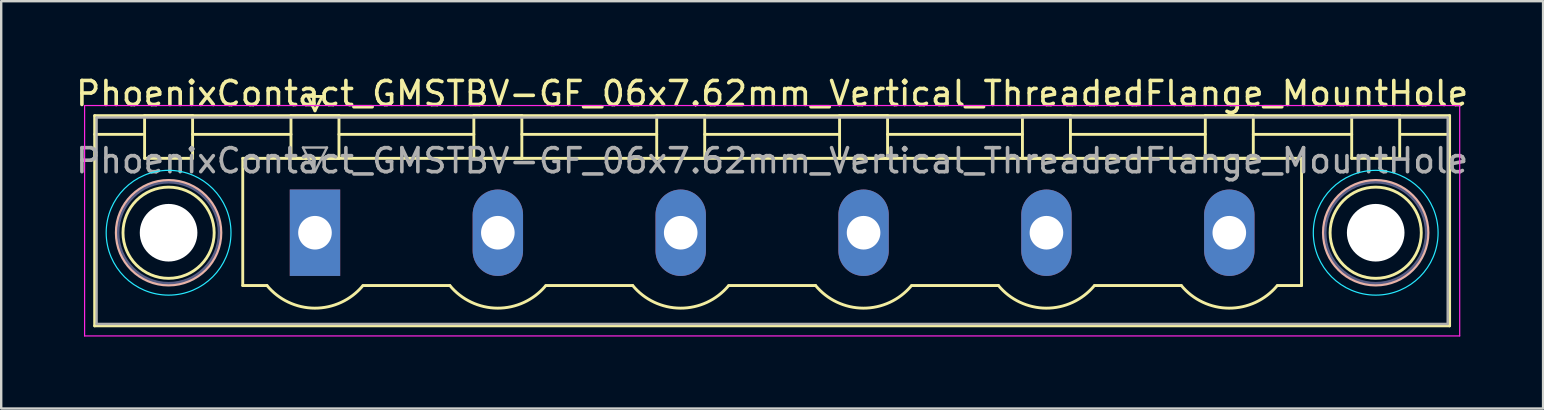
<source format=kicad_pcb>
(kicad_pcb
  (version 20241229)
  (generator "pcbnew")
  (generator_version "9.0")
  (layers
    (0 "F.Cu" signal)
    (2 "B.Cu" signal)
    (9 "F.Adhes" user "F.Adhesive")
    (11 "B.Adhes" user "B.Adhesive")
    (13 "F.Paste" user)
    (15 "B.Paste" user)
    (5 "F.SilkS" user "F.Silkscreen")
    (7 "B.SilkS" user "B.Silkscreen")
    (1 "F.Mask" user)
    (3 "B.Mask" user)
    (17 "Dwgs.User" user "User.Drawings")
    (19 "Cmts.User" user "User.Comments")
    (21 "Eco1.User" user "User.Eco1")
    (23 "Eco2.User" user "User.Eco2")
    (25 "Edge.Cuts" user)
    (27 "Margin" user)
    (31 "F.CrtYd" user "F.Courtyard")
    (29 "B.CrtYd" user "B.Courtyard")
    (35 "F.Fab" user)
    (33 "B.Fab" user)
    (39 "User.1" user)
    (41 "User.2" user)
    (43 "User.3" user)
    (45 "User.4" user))
  (footprint "PhoenixContact_GMSTBV-GF_06x7.62mm_Vertical_ThreadedFlange_MountHole"
    (layer "F.Cu")
    (at 10.075 6.648)
    (property "Reference" "PhoenixContact_GMSTBV-GF_06x7.62mm_Vertical_ThreadedFlange_MountHole" (at 19.05 -5.8 0) (layer "F.SilkS") (effects (font (size 1 1) (thickness 0.15))))
    (attr through_hole)
    (fp_line (start -9.18 -4.88) (end -9.18 3.88) (stroke (width 0.12) (type solid)) (layer "F.SilkS"))
    (fp_line (start -9.18 -4.1) (end -7.18 -4.1) (stroke (width 0.12) (type solid)) (layer "F.SilkS"))
    (fp_line (start -9.18 3.88) (end 47.28 3.88) (stroke (width 0.12) (type solid)) (layer "F.SilkS"))
    (fp_line (start -7.1 -4.88) (end -5.1 -4.88) (stroke (width 0.12) (type solid)) (layer "F.SilkS"))
    (fp_line (start -7.1 -3.1) (end -7.1 -4.88) (stroke (width 0.12) (type solid)) (layer "F.SilkS"))
    (fp_line (start -5.1 -4.88) (end -5.1 -3.1) (stroke (width 0.12) (type solid)) (layer "F.SilkS"))
    (fp_line (start -5.1 -4.1) (end -1 -4.1) (stroke (width 0.12) (type solid)) (layer "F.SilkS"))
    (fp_line (start -5.1 -3.1) (end -7.1 -3.1) (stroke (width 0.12) (type solid)) (layer "F.SilkS"))
    (fp_line (start -3.01 -3.1) (end 41.11 -3.1) (stroke (width 0.12) (type solid)) (layer "F.SilkS"))
    (fp_line (start -3.01 2.2) (end -3.01 -3.1) (stroke (width 0.12) (type solid)) (layer "F.SilkS"))
    (fp_line (start -2 2.2) (end -3.01 2.2) (stroke (width 0.12) (type solid)) (layer "F.SilkS"))
    (fp_line (start -1 -4.88) (end 1 -4.88) (stroke (width 0.12) (type solid)) (layer "F.SilkS"))
    (fp_line (start -1 -3.1) (end -1 -4.88) (stroke (width 0.12) (type solid)) (layer "F.SilkS"))
    (fp_line (start -0.3 -5.68) (end 0.3 -5.68) (stroke (width 0.12) (type solid)) (layer "F.SilkS"))
    (fp_line (start 0 -5.08) (end -0.3 -5.68) (stroke (width 0.12) (type solid)) (layer "F.SilkS"))
    (fp_line (start 0.3 -5.68) (end 0 -5.08) (stroke (width 0.12) (type solid)) (layer "F.SilkS"))
    (fp_line (start 1 -4.88) (end 1 -3.1) (stroke (width 0.12) (type solid)) (layer "F.SilkS"))
    (fp_line (start 1 -4.1) (end 6.62 -4.1) (stroke (width 0.12) (type solid)) (layer "F.SilkS"))
    (fp_line (start 1 -3.1) (end -1 -3.1) (stroke (width 0.12) (type solid)) (layer "F.SilkS"))
    (fp_line (start 2 2.2) (end 5.62 2.2) (stroke (width 0.12) (type solid)) (layer "F.SilkS"))
    (fp_line (start 6.62 -4.88) (end 8.62 -4.88) (stroke (width 0.12) (type solid)) (layer "F.SilkS"))
    (fp_line (start 6.62 -3.1) (end 6.62 -4.88) (stroke (width 0.12) (type solid)) (layer "F.SilkS"))
    (fp_line (start 8.62 -4.88) (end 8.62 -3.1) (stroke (width 0.12) (type solid)) (layer "F.SilkS"))
    (fp_line (start 8.62 -4.1) (end 14.24 -4.1) (stroke (width 0.12) (type solid)) (layer "F.SilkS"))
    (fp_line (start 8.62 -3.1) (end 6.62 -3.1) (stroke (width 0.12) (type solid)) (layer "F.SilkS"))
    (fp_line (start 9.62 2.2) (end 13.24 2.2) (stroke (width 0.12) (type solid)) (layer "F.SilkS"))
    (fp_line (start 14.24 -4.88) (end 16.24 -4.88) (stroke (width 0.12) (type solid)) (layer "F.SilkS"))
    (fp_line (start 14.24 -3.1) (end 14.24 -4.88) (stroke (width 0.12) (type solid)) (layer "F.SilkS"))
    (fp_line (start 16.24 -4.88) (end 16.24 -3.1) (stroke (width 0.12) (type solid)) (layer "F.SilkS"))
    (fp_line (start 16.24 -4.1) (end 21.86 -4.1) (stroke (width 0.12) (type solid)) (layer "F.SilkS"))
    (fp_line (start 16.24 -3.1) (end 14.24 -3.1) (stroke (width 0.12) (type solid)) (layer "F.SilkS"))
    (fp_line (start 17.24 2.2) (end 20.86 2.2) (stroke (width 0.12) (type solid)) (layer "F.SilkS"))
    (fp_line (start 21.86 -4.88) (end 23.86 -4.88) (stroke (width 0.12) (type solid)) (layer "F.SilkS"))
    (fp_line (start 21.86 -3.1) (end 21.86 -4.88) (stroke (width 0.12) (type solid)) (layer "F.SilkS"))
    (fp_line (start 23.86 -4.88) (end 23.86 -3.1) (stroke (width 0.12) (type solid)) (layer "F.SilkS"))
    (fp_line (start 23.86 -4.1) (end 29.48 -4.1) (stroke (width 0.12) (type solid)) (layer "F.SilkS"))
    (fp_line (start 23.86 -3.1) (end 21.86 -3.1) (stroke (width 0.12) (type solid)) (layer "F.SilkS"))
    (fp_line (start 24.86 2.2) (end 28.48 2.2) (stroke (width 0.12) (type solid)) (layer "F.SilkS"))
    (fp_line (start 29.48 -4.88) (end 31.48 -4.88) (stroke (width 0.12) (type solid)) (layer "F.SilkS"))
    (fp_line (start 29.48 -3.1) (end 29.48 -4.88) (stroke (width 0.12) (type solid)) (layer "F.SilkS"))
    (fp_line (start 31.48 -4.88) (end 31.48 -3.1) (stroke (width 0.12) (type solid)) (layer "F.SilkS"))
    (fp_line (start 31.48 -4.1) (end 37.1 -4.1) (stroke (width 0.12) (type solid)) (layer "F.SilkS"))
    (fp_line (start 31.48 -3.1) (end 29.48 -3.1) (stroke (width 0.12) (type solid)) (layer "F.SilkS"))
    (fp_line (start 32.48 2.2) (end 36.1 2.2) (stroke (width 0.12) (type solid)) (layer "F.SilkS"))
    (fp_line (start 37.1 -4.88) (end 39.1 -4.88) (stroke (width 0.12) (type solid)) (layer "F.SilkS"))
    (fp_line (start 37.1 -3.1) (end 37.1 -4.88) (stroke (width 0.12) (type solid)) (layer "F.SilkS"))
    (fp_line (start 39.1 -4.88) (end 39.1 -3.1) (stroke (width 0.12) (type solid)) (layer "F.SilkS"))
    (fp_line (start 39.1 -4.1) (end 43.2 -4.1) (stroke (width 0.12) (type solid)) (layer "F.SilkS"))
    (fp_line (start 39.1 -3.1) (end 37.1 -3.1) (stroke (width 0.12) (type solid)) (layer "F.SilkS"))
    (fp_line (start 41.11 -3.1) (end 41.11 2.2) (stroke (width 0.12) (type solid)) (layer "F.SilkS"))
    (fp_line (start 41.11 2.2) (end 40.1 2.2) (stroke (width 0.12) (type solid)) (layer "F.SilkS"))
    (fp_line (start 43.2 -4.88) (end 45.2 -4.88) (stroke (width 0.12) (type solid)) (layer "F.SilkS"))
    (fp_line (start 43.2 -3.1) (end 43.2 -4.88) (stroke (width 0.12) (type solid)) (layer "F.SilkS"))
    (fp_line (start 45.2 -4.88) (end 45.2 -3.1) (stroke (width 0.12) (type solid)) (layer "F.SilkS"))
    (fp_line (start 45.2 -3.1) (end 43.2 -3.1) (stroke (width 0.12) (type solid)) (layer "F.SilkS"))
    (fp_line (start 47.28 -4.88) (end -9.18 -4.88) (stroke (width 0.12) (type solid)) (layer "F.SilkS"))
    (fp_line (start 47.28 -4.1) (end 45.28 -4.1) (stroke (width 0.12) (type solid)) (layer "F.SilkS"))
    (fp_line (start 47.28 3.88) (end 47.28 -4.88) (stroke (width 0.12) (type solid)) (layer "F.SilkS"))
    (fp_arc (start 1.986842 2.215821) (mid -0.010289 3.142758) (end -2 2.2) (stroke (width 0.12) (type solid)) (layer "F.SilkS"))
    (fp_arc (start 9.606842 2.215821) (mid 7.609711 3.142758) (end 5.62 2.2) (stroke (width 0.12) (type solid)) (layer "F.SilkS"))
    (fp_arc (start 17.226842 2.215821) (mid 15.229711 3.142758) (end 13.24 2.2) (stroke (width 0.12) (type solid)) (layer "F.SilkS"))
    (fp_arc (start 24.846842 2.215821) (mid 22.849711 3.142758) (end 20.86 2.2) (stroke (width 0.12) (type solid)) (layer "F.SilkS"))
    (fp_arc (start 32.466842 2.215821) (mid 30.469711 3.142758) (end 28.48 2.2) (stroke (width 0.12) (type solid)) (layer "F.SilkS"))
    (fp_arc (start 40.086842 2.215821) (mid 38.089711 3.142758) (end 36.1 2.2) (stroke (width 0.12) (type solid)) (layer "F.SilkS"))
    (fp_circle (center -6.1 0) (end -4.2 0) (stroke (width 0.12) (type solid)) (fill no) (layer "F.SilkS"))
    (fp_circle (center 44.2 0) (end 46.1 0) (stroke (width 0.12) (type solid)) (fill no) (layer "F.SilkS"))
    (fp_circle (center -6.1 0) (end -3.92 0) (stroke (width 0.12) (type solid)) (fill no) (layer "B.SilkS"))
    (fp_circle (center 44.2 0) (end 46.38 0) (stroke (width 0.12) (type solid)) (fill no) (layer "B.SilkS"))
    (fp_circle (center -6.1 0) (end -3.5 0) (stroke (width 0.05) (type solid)) (fill no) (layer "B.CrtYd"))
    (fp_circle (center 44.2 0) (end 46.8 0) (stroke (width 0.05) (type solid)) (fill no) (layer "B.CrtYd"))
    (fp_line (start -9.6 -5.3) (end -9.6 4.3) (stroke (width 0.05) (type solid)) (layer "F.CrtYd"))
    (fp_line (start -9.6 4.3) (end 47.7 4.3) (stroke (width 0.05) (type solid)) (layer "F.CrtYd"))
    (fp_line (start 47.7 -5.3) (end -9.6 -5.3) (stroke (width 0.05) (type solid)) (layer "F.CrtYd"))
    (fp_line (start 47.7 4.3) (end 47.7 -5.3) (stroke (width 0.05) (type solid)) (layer "F.CrtYd"))
    (fp_circle (center -6.1 0) (end -4 0) (stroke (width 0.1) (type solid)) (fill no) (layer "B.Fab"))
    (fp_circle (center 44.2 0) (end 46.3 0) (stroke (width 0.1) (type solid)) (fill no) (layer "B.Fab"))
    (fp_line (start -9.1 -4.8) (end -9.1 3.8) (stroke (width 0.1) (type solid)) (layer "F.Fab"))
    (fp_line (start -9.1 3.8) (end 47.2 3.8) (stroke (width 0.1) (type solid)) (layer "F.Fab"))
    (fp_line (start -0.5 -3.55) (end 0.5 -3.55) (stroke (width 0.1) (type solid)) (layer "F.Fab"))
    (fp_line (start 0 -2.55) (end -0.5 -3.55) (stroke (width 0.1) (type solid)) (layer "F.Fab"))
    (fp_line (start 0.5 -3.55) (end 0 -2.55) (stroke (width 0.1) (type solid)) (layer "F.Fab"))
    (fp_line (start 47.2 -4.8) (end -9.1 -4.8) (stroke (width 0.1) (type solid)) (layer "F.Fab"))
    (fp_line (start 47.2 3.8) (end 47.2 -4.8) (stroke (width 0.1) (type solid)) (layer "F.Fab"))
    (fp_text user "${REFERENCE}" (at 19.05 -3 0) (layer "F.Fab") (effects (font (size 1 1) (thickness 0.15))))
    (pad "" np_thru_hole circle (at -6.1 0) (size 2.4 2.4) (drill 2.4) (layers "*.Cu" "*.Mask"))
    (pad "" np_thru_hole circle (at 44.2 0) (size 2.4 2.4) (drill 2.4) (layers "*.Cu" "*.Mask"))
    (pad "1" thru_hole rect (at 0 0) (size 2.1 3.6) (drill 1.4) (layers "*.Cu" "*.Mask"))
    (pad "2" thru_hole oval (at 7.62 0) (size 2.1 3.6) (drill 1.4) (layers "*.Cu" "*.Mask"))
    (pad "3" thru_hole oval (at 15.24 0) (size 2.1 3.6) (drill 1.4) (layers "*.Cu" "*.Mask"))
    (pad "4" thru_hole oval (at 22.86 0) (size 2.1 3.6) (drill 1.4) (layers "*.Cu" "*.Mask"))
    (pad "5" thru_hole oval (at 30.48 0) (size 2.1 3.6) (drill 1.4) (layers "*.Cu" "*.Mask"))
    (pad "6" thru_hole oval (at 38.1 0) (size 2.1 3.6) (drill 1.4) (layers "*.Cu" "*.Mask")))
  (gr_rect
    (start -3 -3)
    (end 61.25 13.973)
    (stroke (width 0.1) (type default))
    (fill no)
    (layer "Edge.Cuts")))
</source>
